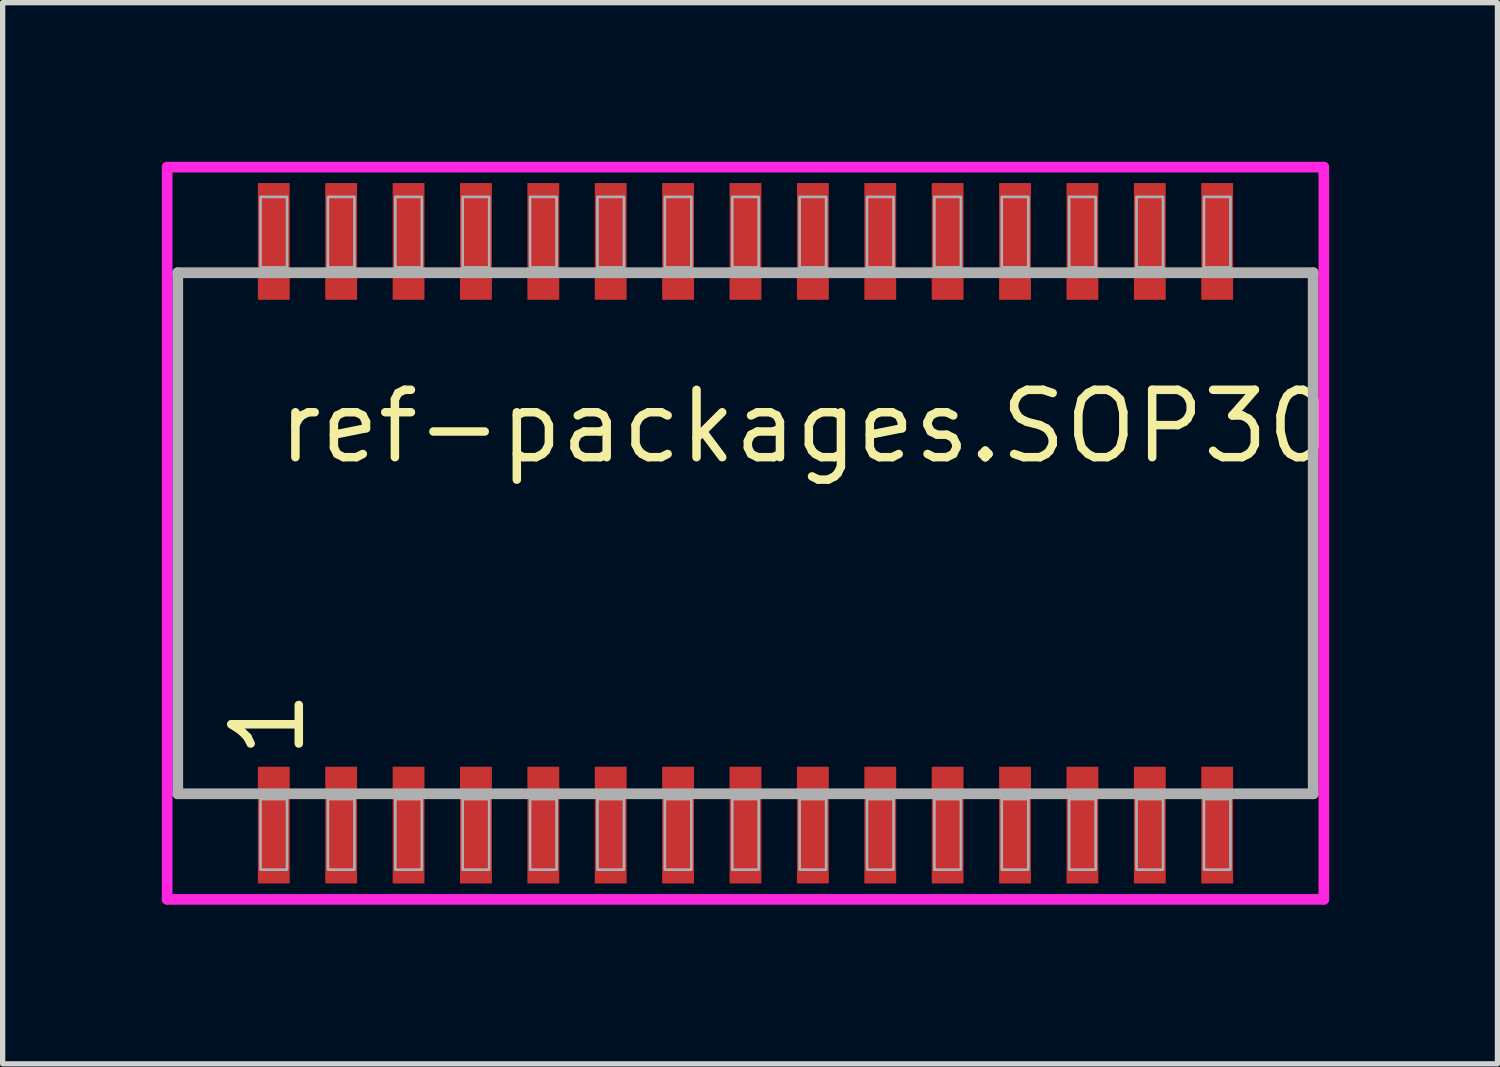
<source format=kicad_pcb>
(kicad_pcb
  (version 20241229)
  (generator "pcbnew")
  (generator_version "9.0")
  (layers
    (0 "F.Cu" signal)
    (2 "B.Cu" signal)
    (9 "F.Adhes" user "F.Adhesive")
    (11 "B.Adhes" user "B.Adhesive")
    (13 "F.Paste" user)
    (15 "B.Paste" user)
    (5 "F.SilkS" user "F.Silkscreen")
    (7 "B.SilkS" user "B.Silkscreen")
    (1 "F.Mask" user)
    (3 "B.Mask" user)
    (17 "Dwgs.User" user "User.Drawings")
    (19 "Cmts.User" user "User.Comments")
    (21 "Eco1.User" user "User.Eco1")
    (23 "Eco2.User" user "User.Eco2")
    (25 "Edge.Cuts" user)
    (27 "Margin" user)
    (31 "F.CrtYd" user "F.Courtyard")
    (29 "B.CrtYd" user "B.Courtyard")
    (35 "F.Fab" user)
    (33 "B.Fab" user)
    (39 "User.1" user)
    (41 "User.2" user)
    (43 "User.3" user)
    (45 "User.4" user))
  (footprint "ref-packages.SOP30"
    (layer "F.Cu")
    (at 11 7)
    (property "Reference" "ref-packages.SOP30" (at -8.89 -1.27 0) (layer "F.SilkS") (effects (font (size 1.27 1.27) (thickness 0.16)) (justify left bottom)))
    (attr smd)
    (fp_line (start -10.9 -6.9) (end 10.9 -6.9) (stroke (width 0.2) (type default)) (layer "F.CrtYd"))
    (fp_line (start -10.9 6.9) (end -10.9 -6.9) (stroke (width 0.2) (type default)) (layer "F.CrtYd"))
    (fp_line (start 10.9 -6.9) (end 10.9 6.9) (stroke (width 0.2) (type default)) (layer "F.CrtYd"))
    (fp_line (start 10.9 6.9) (end -10.9 6.9) (stroke (width 0.2) (type default)) (layer "F.CrtYd"))
    (fp_line (start -10.7 -4.91) (end 10.7 -4.91) (stroke (width 0.203) (type default)) (layer "F.Fab"))
    (fp_line (start -10.7 4.91) (end -10.7 -4.91) (stroke (width 0.203) (type default)) (layer "F.Fab"))
    (fp_line (start 10.7 -4.91) (end 10.7 4.91) (stroke (width 0.203) (type default)) (layer "F.Fab"))
    (fp_line (start 10.7 4.91) (end -10.7 4.91) (stroke (width 0.203) (type default)) (layer "F.Fab"))
    (fp_rect (start -9.14 -5.01) (end -8.64 -6.34) (stroke (width 0.05) (type default)) (fill no) (layer "F.Fab"))
    (fp_rect (start -9.14 6.34) (end -8.64 5.01) (stroke (width 0.05) (type default)) (fill no) (layer "F.Fab"))
    (fp_rect (start -7.87 -5.01) (end -7.37 -6.34) (stroke (width 0.05) (type default)) (fill no) (layer "F.Fab"))
    (fp_rect (start -7.87 6.34) (end -7.37 5.01) (stroke (width 0.05) (type default)) (fill no) (layer "F.Fab"))
    (fp_rect (start -6.6 -5.01) (end -6.1 -6.34) (stroke (width 0.05) (type default)) (fill no) (layer "F.Fab"))
    (fp_rect (start -6.6 6.34) (end -6.1 5.01) (stroke (width 0.05) (type default)) (fill no) (layer "F.Fab"))
    (fp_rect (start -5.33 -5.01) (end -4.83 -6.34) (stroke (width 0.05) (type default)) (fill no) (layer "F.Fab"))
    (fp_rect (start -5.33 6.34) (end -4.83 5.01) (stroke (width 0.05) (type default)) (fill no) (layer "F.Fab"))
    (fp_rect (start -4.06 -5.01) (end -3.56 -6.34) (stroke (width 0.05) (type default)) (fill no) (layer "F.Fab"))
    (fp_rect (start -4.06 6.34) (end -3.56 5.01) (stroke (width 0.05) (type default)) (fill no) (layer "F.Fab"))
    (fp_rect (start -2.79 -5.01) (end -2.29 -6.34) (stroke (width 0.05) (type default)) (fill no) (layer "F.Fab"))
    (fp_rect (start -2.79 6.34) (end -2.29 5.01) (stroke (width 0.05) (type default)) (fill no) (layer "F.Fab"))
    (fp_rect (start -1.52 -5.01) (end -1.02 -6.34) (stroke (width 0.05) (type default)) (fill no) (layer "F.Fab"))
    (fp_rect (start -1.52 6.34) (end -1.02 5.01) (stroke (width 0.05) (type default)) (fill no) (layer "F.Fab"))
    (fp_rect (start -0.25 -5.01) (end 0.25 -6.34) (stroke (width 0.05) (type default)) (fill no) (layer "F.Fab"))
    (fp_rect (start -0.25 6.34) (end 0.25 5.01) (stroke (width 0.05) (type default)) (fill no) (layer "F.Fab"))
    (fp_rect (start 1.02 -5.01) (end 1.52 -6.34) (stroke (width 0.05) (type default)) (fill no) (layer "F.Fab"))
    (fp_rect (start 1.02 6.34) (end 1.52 5.01) (stroke (width 0.05) (type default)) (fill no) (layer "F.Fab"))
    (fp_rect (start 2.29 -5.01) (end 2.79 -6.34) (stroke (width 0.05) (type default)) (fill no) (layer "F.Fab"))
    (fp_rect (start 2.29 6.34) (end 2.79 5.01) (stroke (width 0.05) (type default)) (fill no) (layer "F.Fab"))
    (fp_rect (start 3.56 -5.01) (end 4.06 -6.34) (stroke (width 0.05) (type default)) (fill no) (layer "F.Fab"))
    (fp_rect (start 3.56 6.34) (end 4.06 5.01) (stroke (width 0.05) (type default)) (fill no) (layer "F.Fab"))
    (fp_rect (start 4.83 -5.01) (end 5.33 -6.34) (stroke (width 0.05) (type default)) (fill no) (layer "F.Fab"))
    (fp_rect (start 4.83 6.34) (end 5.33 5.01) (stroke (width 0.05) (type default)) (fill no) (layer "F.Fab"))
    (fp_rect (start 6.1 -5.01) (end 6.6 -6.34) (stroke (width 0.05) (type default)) (fill no) (layer "F.Fab"))
    (fp_rect (start 6.1 6.34) (end 6.6 5.01) (stroke (width 0.05) (type default)) (fill no) (layer "F.Fab"))
    (fp_rect (start 7.37 -5.01) (end 7.87 -6.34) (stroke (width 0.05) (type default)) (fill no) (layer "F.Fab"))
    (fp_rect (start 7.37 6.34) (end 7.87 5.01) (stroke (width 0.05) (type default)) (fill no) (layer "F.Fab"))
    (fp_rect (start 8.64 -5.01) (end 9.14 -6.34) (stroke (width 0.05) (type default)) (fill no) (layer "F.Fab"))
    (fp_rect (start 8.64 6.34) (end 9.14 5.01) (stroke (width 0.05) (type default)) (fill no) (layer "F.Fab"))
    (fp_text user "1" (at -8.255 4.31 90) (layer "F.SilkS") (effects (font (size 1.27 1.27) (thickness 0.16)) (justify left bottom)))
    (pad "1" smd roundrect (at -8.89 5.5) (size 0.6 2.2) (layers "F.Cu" "F.Mask" "F.Paste") (roundrect_rratio 0.01))
    (pad "2" smd roundrect (at -7.62 5.5) (size 0.6 2.2) (layers "F.Cu" "F.Mask" "F.Paste") (roundrect_rratio 0.01))
    (pad "3" smd roundrect (at -6.35 5.5) (size 0.6 2.2) (layers "F.Cu" "F.Mask" "F.Paste") (roundrect_rratio 0.01))
    (pad "4" smd roundrect (at -5.08 5.5) (size 0.6 2.2) (layers "F.Cu" "F.Mask" "F.Paste") (roundrect_rratio 0.01))
    (pad "5" smd roundrect (at -3.81 5.5) (size 0.6 2.2) (layers "F.Cu" "F.Mask" "F.Paste") (roundrect_rratio 0.01))
    (pad "6" smd roundrect (at -2.54 5.5) (size 0.6 2.2) (layers "F.Cu" "F.Mask" "F.Paste") (roundrect_rratio 0.01))
    (pad "7" smd roundrect (at -1.27 5.5) (size 0.6 2.2) (layers "F.Cu" "F.Mask" "F.Paste") (roundrect_rratio 0.01))
    (pad "8" smd roundrect (at 0 5.5) (size 0.6 2.2) (layers "F.Cu" "F.Mask" "F.Paste") (roundrect_rratio 0.01))
    (pad "9" smd roundrect (at 1.27 5.5) (size 0.6 2.2) (layers "F.Cu" "F.Mask" "F.Paste") (roundrect_rratio 0.01))
    (pad "10" smd roundrect (at 2.54 5.5) (size 0.6 2.2) (layers "F.Cu" "F.Mask" "F.Paste") (roundrect_rratio 0.01))
    (pad "11" smd roundrect (at 3.81 5.5) (size 0.6 2.2) (layers "F.Cu" "F.Mask" "F.Paste") (roundrect_rratio 0.01))
    (pad "12" smd roundrect (at 5.08 5.5) (size 0.6 2.2) (layers "F.Cu" "F.Mask" "F.Paste") (roundrect_rratio 0.01))
    (pad "13" smd roundrect (at 6.35 5.5) (size 0.6 2.2) (layers "F.Cu" "F.Mask" "F.Paste") (roundrect_rratio 0.01))
    (pad "14" smd roundrect (at 7.62 5.5) (size 0.6 2.2) (layers "F.Cu" "F.Mask" "F.Paste") (roundrect_rratio 0.01))
    (pad "15" smd roundrect (at 8.89 5.5) (size 0.6 2.2) (layers "F.Cu" "F.Mask" "F.Paste") (roundrect_rratio 0.01))
    (pad "16" smd roundrect (at 8.89 -5.5) (size 0.6 2.2) (layers "F.Cu" "F.Mask" "F.Paste") (roundrect_rratio 0.01))
    (pad "17" smd roundrect (at 7.62 -5.5) (size 0.6 2.2) (layers "F.Cu" "F.Mask" "F.Paste") (roundrect_rratio 0.01))
    (pad "18" smd roundrect (at 6.35 -5.5) (size 0.6 2.2) (layers "F.Cu" "F.Mask" "F.Paste") (roundrect_rratio 0.01))
    (pad "19" smd roundrect (at 5.08 -5.5) (size 0.6 2.2) (layers "F.Cu" "F.Mask" "F.Paste") (roundrect_rratio 0.01))
    (pad "20" smd roundrect (at 3.81 -5.5) (size 0.6 2.2) (layers "F.Cu" "F.Mask" "F.Paste") (roundrect_rratio 0.01))
    (pad "21" smd roundrect (at 2.54 -5.5) (size 0.6 2.2) (layers "F.Cu" "F.Mask" "F.Paste") (roundrect_rratio 0.01))
    (pad "22" smd roundrect (at 1.27 -5.5) (size 0.6 2.2) (layers "F.Cu" "F.Mask" "F.Paste") (roundrect_rratio 0.01))
    (pad "23" smd roundrect (at 0 -5.5) (size 0.6 2.2) (layers "F.Cu" "F.Mask" "F.Paste") (roundrect_rratio 0.01))
    (pad "24" smd roundrect (at -1.27 -5.5) (size 0.6 2.2) (layers "F.Cu" "F.Mask" "F.Paste") (roundrect_rratio 0.01))
    (pad "25" smd roundrect (at -2.54 -5.5) (size 0.6 2.2) (layers "F.Cu" "F.Mask" "F.Paste") (roundrect_rratio 0.01))
    (pad "26" smd roundrect (at -3.81 -5.5) (size 0.6 2.2) (layers "F.Cu" "F.Mask" "F.Paste") (roundrect_rratio 0.01))
    (pad "27" smd roundrect (at -5.08 -5.5) (size 0.6 2.2) (layers "F.Cu" "F.Mask" "F.Paste") (roundrect_rratio 0.01))
    (pad "28" smd roundrect (at -6.35 -5.5) (size 0.6 2.2) (layers "F.Cu" "F.Mask" "F.Paste") (roundrect_rratio 0.01))
    (pad "29" smd roundrect (at -7.62 -5.5) (size 0.6 2.2) (layers "F.Cu" "F.Mask" "F.Paste") (roundrect_rratio 0.01))
    (pad "30" smd roundrect (at -8.89 -5.5) (size 0.6 2.2) (layers "F.Cu" "F.Mask" "F.Paste") (roundrect_rratio 0.01)))
  (gr_rect
    (start -3 -3)
    (end 25.172 17)
    (stroke (width 0.1) (type default))
    (fill no)
    (layer "Edge.Cuts")))
</source>
